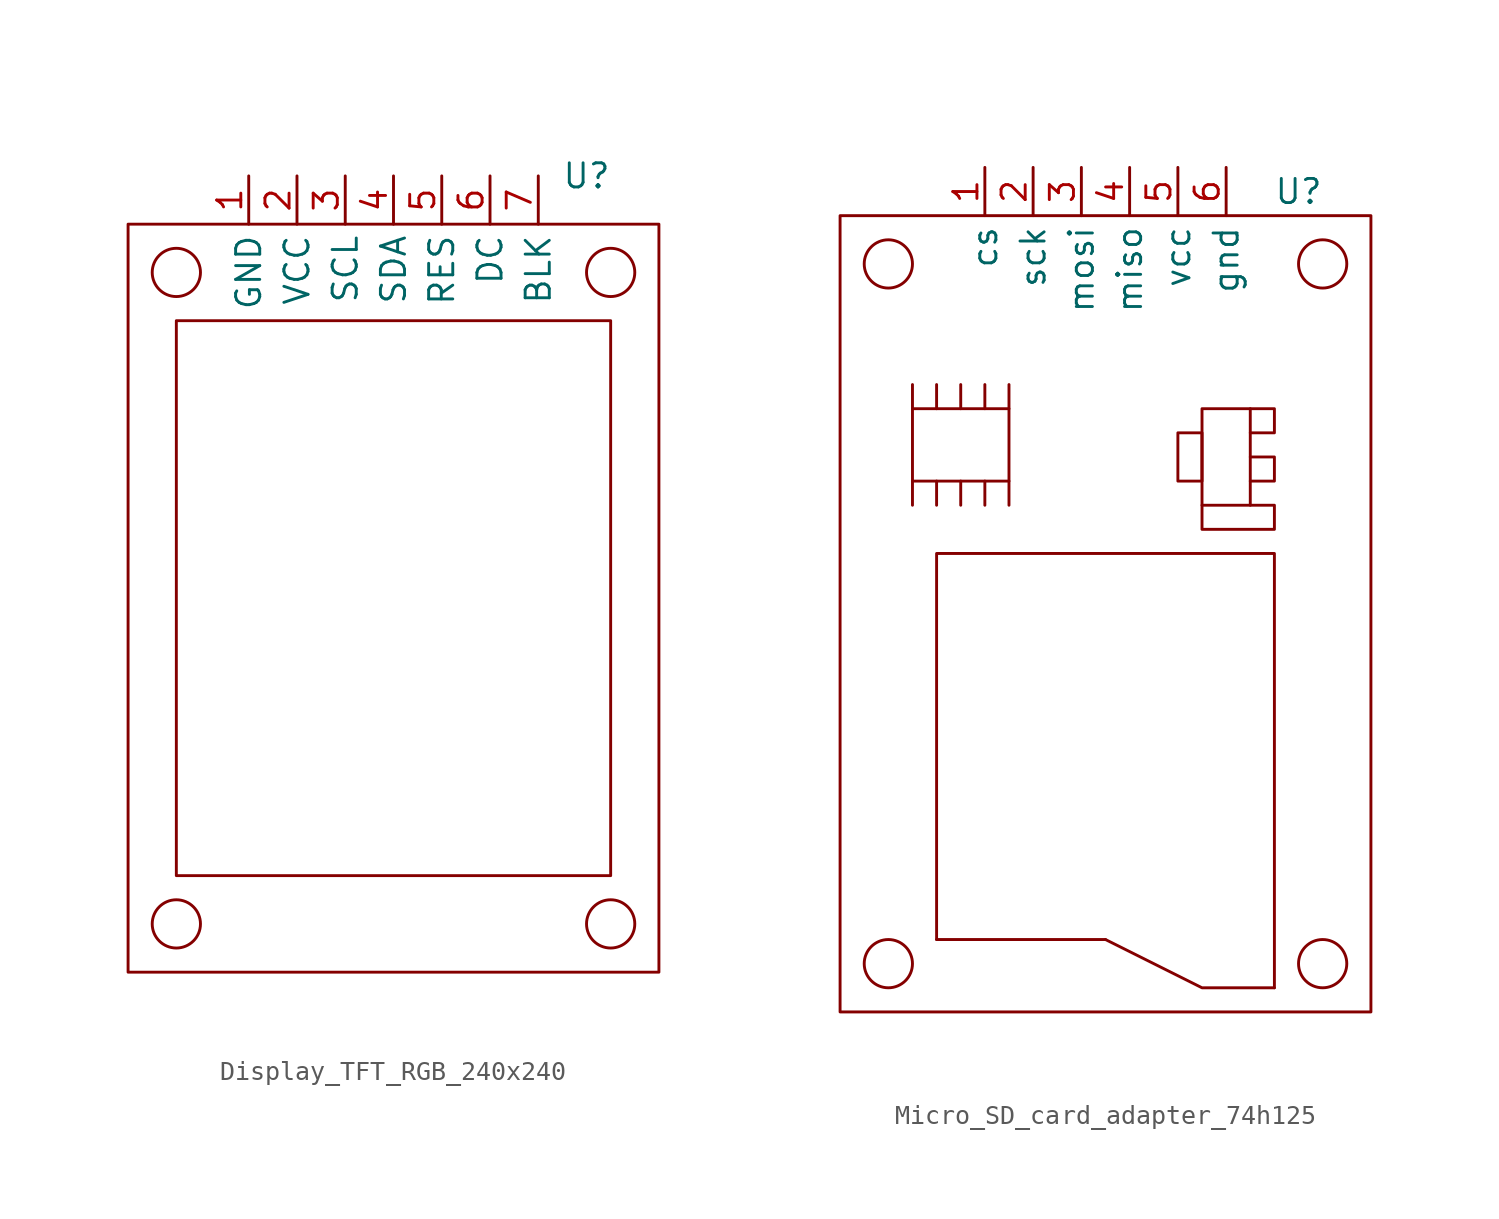
<source format=kicad_sym>
(kicad_symbol_lib
  (version 20220914)
  (generator kicad_symbol_editor)
  (symbol "Display_TFT_RGB_240x240"
    (property "Reference" "U"
      (at 10.16 1.27 0)
      (effects (font (size 1.27 1.27))))
    (property "Value" ""
      (at 3.81 0 0)
      (effects (font (size 1.27 1.27))))
    (symbol "Display_TFT_RGB_240x240_0_1"
      (rectangle (start -13.97 -1.27) (end 13.97 -40.64) (stroke (width 0) (type default)) (fill (type none)))
      (circle (center -11.43 -38.1) (radius 1.27) (stroke (width 0) (type default)) (fill (type none)))
      (rectangle (start -11.43 -6.35) (end 11.43 -35.56) (stroke (width 0) (type default)) (fill (type none)))
      (circle (center -11.43 -3.81) (radius 1.27) (stroke (width 0) (type default)) (fill (type none)))
      (circle (center 11.43 -38.1) (radius 1.27) (stroke (width 0) (type default)) (fill (type none)))
      (circle (center 11.43 -3.81) (radius 1.27) (stroke (width 0) (type default)) (fill (type none))))
    (symbol "Display_TFT_RGB_240x240_1_1"
      (pin input line (at -7.62 1.27 270) (length 2.54) (name "GND" (effects (font (size 1.27 1.27)))) (number "1" (effects (font (size 1.27 1.27)))))
      (pin input line (at -5.08 1.27 270) (length 2.54) (name "VCC" (effects (font (size 1.27 1.27)))) (number "2" (effects (font (size 1.27 1.27)))))
      (pin input line (at -2.54 1.27 270) (length 2.54) (name "SCL" (effects (font (size 1.27 1.27)))) (number "3" (effects (font (size 1.27 1.27)))))
      (pin input line (at 0 1.27 270) (length 2.54) (name "SDA" (effects (font (size 1.27 1.27)))) (number "4" (effects (font (size 1.27 1.27)))))
      (pin input line (at 2.54 1.27 270) (length 2.54) (name "RES" (effects (font (size 1.27 1.27)))) (number "5" (effects (font (size 1.27 1.27)))))
      (pin input line (at 5.08 1.27 270) (length 2.54) (name "DC" (effects (font (size 1.27 1.27)))) (number "6" (effects (font (size 1.27 1.27)))))
      (pin input line (at 7.62 1.27 270) (length 2.54) (name "BLK" (effects (font (size 1.27 1.27)))) (number "7" (effects (font (size 1.27 1.27)))))))
  (symbol "Micro_SD_card_adapter_74h125"
    (property "Reference" "U"
      (at 10.16 0 0)
      (effects (font (size 1.27 1.27))))
    (property "Value" ""
      (at 1.27 0 0)
      (effects (font (size 1.27 1.27))))
    (symbol "Micro_SD_card_adapter_74h125_0_1"
      (rectangle (start -13.97 -1.27) (end 13.97 -43.18) (stroke (width 0) (type default)) (fill (type none)))
      (circle (center -11.43 -40.64) (radius 1.27) (stroke (width 0) (type default)) (fill (type none)))
      (circle (center -11.43 -3.81) (radius 1.27) (stroke (width 0) (type default)) (fill (type none)))
      (rectangle (start -10.16 -11.43) (end -5.08 -15.24) (stroke (width 0) (type default)) (fill (type none)))
      (polyline (pts (xy -10.16 -15.24) (xy -10.16 -16.51)) (stroke (width 0) (type default)) (fill (type none)))
      (polyline (pts (xy -8.89 -15.24) (xy -8.89 -16.51)) (stroke (width 0) (type default)) (fill (type none)))
      (polyline (pts (xy -8.89 -11.43) (xy -8.89 -10.16)) (stroke (width 0) (type default)) (fill (type none)))
      (polyline (pts (xy -7.62 -15.24) (xy -7.62 -16.51)) (stroke (width 0) (type default)) (fill (type none)))
      (polyline (pts (xy -7.62 -11.43) (xy -7.62 -10.16)) (stroke (width 0) (type default)) (fill (type none)))
      (polyline (pts (xy -6.35 -15.24) (xy -6.35 -16.51)) (stroke (width 0) (type default)) (fill (type none)))
      (polyline (pts (xy -6.35 -11.43) (xy -6.35 -10.16)) (stroke (width 0) (type default)) (fill (type none)))
      (polyline (pts (xy -5.08 -15.24) (xy -5.08 -16.51)) (stroke (width 0) (type default)) (fill (type none)))
      (polyline (pts (xy -5.08 -11.43) (xy -5.08 -10.16)) (stroke (width 0) (type default)) (fill (type none)))
      (polyline (pts (xy 0 -39.37) (xy -8.89 -39.37)) (stroke (width 0) (type default)) (fill (type none)))
      (polyline (pts (xy -10.16 -11.43) (xy -10.16 -10.16) (xy -10.16 -11.43)) (stroke (width 0) (type default)) (fill (type none)))
      (polyline (pts (xy 0 -39.37) (xy 5.08 -41.91) (xy 8.89 -41.91)) (stroke (width 0) (type default)) (fill (type none)))
      (polyline (pts (xy -8.89 -39.37) (xy -8.89 -19.05) (xy 8.89 -19.05) (xy 8.89 -41.91)) (stroke (width 0) (type default)) (fill (type none)))
      (polyline (pts (xy 7.62 -13.97) (xy 8.89 -13.97) (xy 8.89 -15.24) (xy 7.62 -15.24)) (stroke (width 0) (type default)) (fill (type none)))
      (polyline (pts (xy 7.62 -11.43) (xy 8.89 -11.43) (xy 8.89 -12.7) (xy 7.62 -12.7)) (stroke (width 0) (type default)) (fill (type none)))
      (polyline (pts (xy 7.62 -16.51) (xy 8.89 -16.51) (xy 8.89 -17.78) (xy 5.08 -17.78) (xy 5.08 -16.51)) (stroke (width 0) (type default)) (fill (type none)))
      (rectangle (start 3.81 -12.7) (end 5.08 -15.24) (stroke (width 0) (type default)) (fill (type none)))
      (rectangle (start 5.08 -11.43) (end 7.62 -16.51) (stroke (width 0) (type default)) (fill (type none)))
      (circle (center 11.43 -40.64) (radius 1.27) (stroke (width 0) (type default)) (fill (type none)))
      (circle (center 11.43 -3.81) (radius 1.27) (stroke (width 0) (type default)) (fill (type none))))
    (symbol "Micro_SD_card_adapter_74h125_1_1"
      (pin input line (at -6.35 1.27 270) (length 2.54) (name "cs" (effects (font (size 1.27 1.27)))) (number "1" (effects (font (size 1.27 1.27)))))
      (pin input line (at -3.81 1.27 270) (length 2.54) (name "sck" (effects (font (size 1.27 1.27)))) (number "2" (effects (font (size 1.27 1.27)))))
      (pin input line (at -1.27 1.27 270) (length 2.54) (name "mosi" (effects (font (size 1.27 1.27)))) (number "3" (effects (font (size 1.27 1.27)))))
      (pin input line (at 1.27 1.27 270) (length 2.54) (name "miso" (effects (font (size 1.27 1.27)))) (number "4" (effects (font (size 1.27 1.27)))))
      (pin input line (at 3.81 1.27 270) (length 2.54) (name "vcc" (effects (font (size 1.27 1.27)))) (number "5" (effects (font (size 1.27 1.27)))))
      (pin input line (at 6.35 1.27 270) (length 2.54) (name "gnd" (effects (font (size 1.27 1.27)))) (number "6" (effects (font (size 1.27 1.27))))))))
</source>
